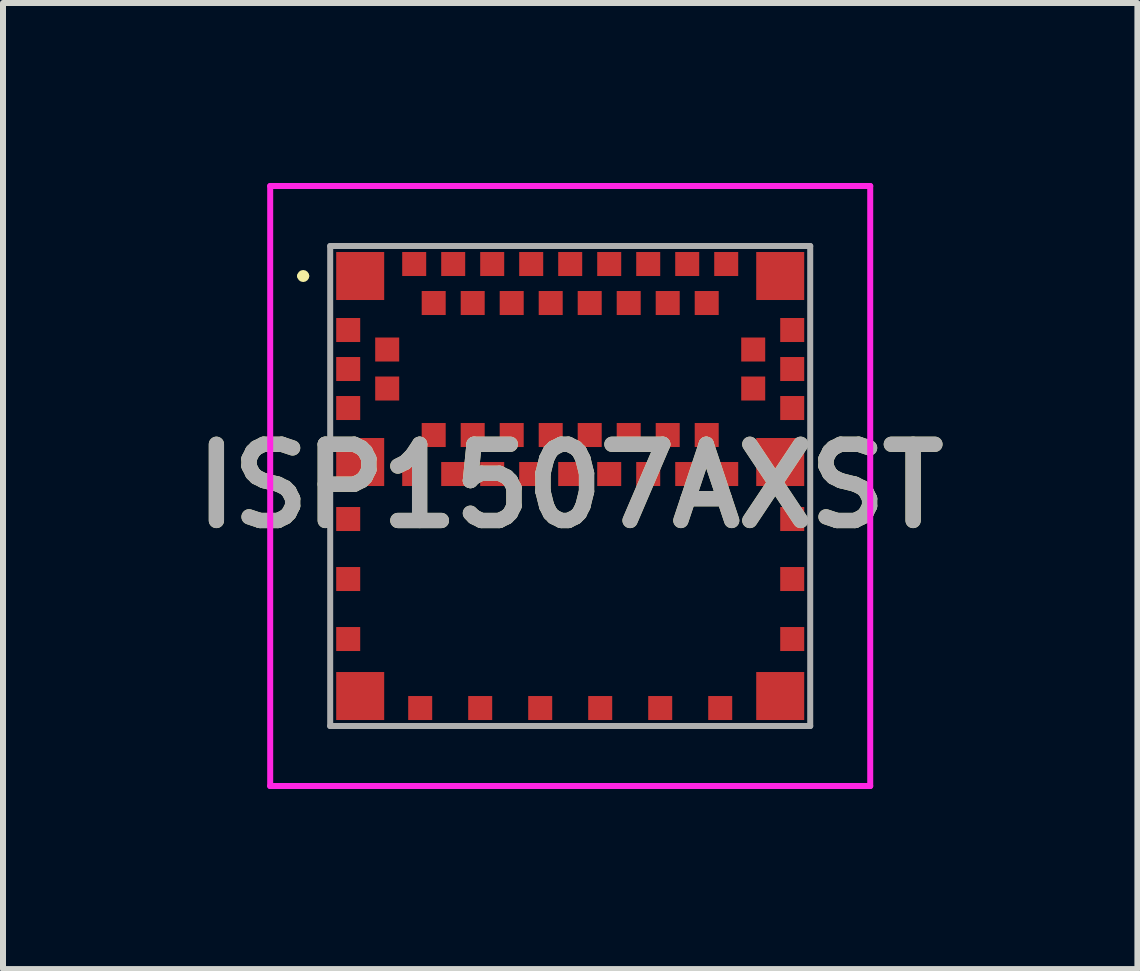
<source format=kicad_pcb>
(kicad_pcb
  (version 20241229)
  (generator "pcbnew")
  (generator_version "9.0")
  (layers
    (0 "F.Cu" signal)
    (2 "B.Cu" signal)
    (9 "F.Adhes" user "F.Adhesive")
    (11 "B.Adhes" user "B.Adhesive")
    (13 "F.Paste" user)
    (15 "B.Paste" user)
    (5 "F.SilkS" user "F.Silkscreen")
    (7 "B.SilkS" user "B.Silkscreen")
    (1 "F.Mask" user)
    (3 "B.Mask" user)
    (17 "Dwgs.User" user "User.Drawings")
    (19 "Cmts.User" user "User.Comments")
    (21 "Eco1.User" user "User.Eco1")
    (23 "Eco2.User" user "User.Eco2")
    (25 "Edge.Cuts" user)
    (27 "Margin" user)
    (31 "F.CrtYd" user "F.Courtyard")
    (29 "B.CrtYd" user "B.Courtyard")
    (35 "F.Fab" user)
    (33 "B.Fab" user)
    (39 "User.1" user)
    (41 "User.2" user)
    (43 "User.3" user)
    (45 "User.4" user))
  (footprint "ISP1507AXST"
    (layer "F.Cu")
    (at 6.453 5.05)
    (property "Reference" "ISP1507AXST" (at 0 0 0) (layer "F.SilkS") (effects (font (size 1.27 1.27) (thickness 0.254))))
    (attr smd)
    (fp_line (start -4.5 -3.5) (end -4.5 -3.5) (stroke (width 0.1) (type solid)) (layer "F.SilkS"))
    (fp_line (start -4.4 -3.5) (end -4.4 -3.5) (stroke (width 0.1) (type solid)) (layer "F.SilkS"))
    (fp_arc (start -4.5 -3.5) (mid -4.45 -3.55) (end -4.4 -3.5) (stroke (width 0.1) (type solid)) (layer "F.SilkS"))
    (fp_arc (start -4.4 -3.5) (mid -4.45 -3.45) (end -4.5 -3.5) (stroke (width 0.1) (type solid)) (layer "F.SilkS"))
    (fp_line (start -5 -5) (end 5 -5) (stroke (width 0.1) (type solid)) (layer "F.CrtYd"))
    (fp_line (start -5 5) (end -5 -5) (stroke (width 0.1) (type solid)) (layer "F.CrtYd"))
    (fp_line (start 5 -5) (end 5 5) (stroke (width 0.1) (type solid)) (layer "F.CrtYd"))
    (fp_line (start 5 5) (end -5 5) (stroke (width 0.1) (type solid)) (layer "F.CrtYd"))
    (fp_line (start -4 -4) (end 4 -4) (stroke (width 0.1) (type solid)) (layer "F.Fab"))
    (fp_line (start -4 4) (end -4 -4) (stroke (width 0.1) (type solid)) (layer "F.Fab"))
    (fp_line (start 4 -4) (end 4 4) (stroke (width 0.1) (type solid)) (layer "F.Fab"))
    (fp_line (start 4 4) (end -4 4) (stroke (width 0.1) (type solid)) (layer "F.Fab"))
    (fp_text user "${REFERENCE}" (at 0 0 0) (layer "F.Fab") (effects (font (size 1.27 1.27) (thickness 0.254))))
    (pad "1" smd rect (at -3.5 -3.5) (size 0.8 0.8) (layers "F.Cu" "F.Mask" "F.Paste"))
    (pad "2" smd rect (at -3.7 -2.6) (size 0.4 0.4) (layers "F.Cu" "F.Mask" "F.Paste"))
    (pad "3" smd rect (at -3.05 -2.275) (size 0.4 0.4) (layers "F.Cu" "F.Mask" "F.Paste"))
    (pad "4" smd rect (at -3.7 -1.95) (size 0.4 0.4) (layers "F.Cu" "F.Mask" "F.Paste"))
    (pad "5" smd rect (at -3.05 -1.625) (size 0.4 0.4) (layers "F.Cu" "F.Mask" "F.Paste"))
    (pad "6" smd rect (at -3.7 -1.3) (size 0.4 0.4) (layers "F.Cu" "F.Mask" "F.Paste"))
    (pad "7" smd rect (at -3.5 -0.4) (size 0.8 0.8) (layers "F.Cu" "F.Mask" "F.Paste"))
    (pad "8" smd rect (at -2.6 -0.2) (size 0.4 0.4) (layers "F.Cu" "F.Mask" "F.Paste"))
    (pad "9" smd rect (at -2.275 -0.85) (size 0.4 0.4) (layers "F.Cu" "F.Mask" "F.Paste"))
    (pad "10" smd rect (at -1.95 -0.2) (size 0.4 0.4) (layers "F.Cu" "F.Mask" "F.Paste"))
    (pad "11" smd rect (at -1.625 -0.85) (size 0.4 0.4) (layers "F.Cu" "F.Mask" "F.Paste"))
    (pad "12" smd rect (at -1.3 -0.2) (size 0.4 0.4) (layers "F.Cu" "F.Mask" "F.Paste"))
    (pad "13" smd rect (at -0.975 -0.85) (size 0.4 0.4) (layers "F.Cu" "F.Mask" "F.Paste"))
    (pad "14" smd rect (at -0.65 -0.2) (size 0.4 0.4) (layers "F.Cu" "F.Mask" "F.Paste"))
    (pad "15" smd rect (at -0.325 -0.85) (size 0.4 0.4) (layers "F.Cu" "F.Mask" "F.Paste"))
    (pad "16" smd rect (at 0 -0.2) (size 0.4 0.4) (layers "F.Cu" "F.Mask" "F.Paste"))
    (pad "17" smd rect (at 0.325 -0.85) (size 0.4 0.4) (layers "F.Cu" "F.Mask" "F.Paste"))
    (pad "18" smd rect (at 0.65 -0.2) (size 0.4 0.4) (layers "F.Cu" "F.Mask" "F.Paste"))
    (pad "19" smd rect (at 0.975 -0.85) (size 0.4 0.4) (layers "F.Cu" "F.Mask" "F.Paste"))
    (pad "20" smd rect (at 1.3 -0.2) (size 0.4 0.4) (layers "F.Cu" "F.Mask" "F.Paste"))
    (pad "21" smd rect (at 1.625 -0.85) (size 0.4 0.4) (layers "F.Cu" "F.Mask" "F.Paste"))
    (pad "22" smd rect (at 1.95 -0.2) (size 0.4 0.4) (layers "F.Cu" "F.Mask" "F.Paste"))
    (pad "23" smd rect (at 2.275 -0.85) (size 0.4 0.4) (layers "F.Cu" "F.Mask" "F.Paste"))
    (pad "24" smd rect (at 2.6 -0.2) (size 0.4 0.4) (layers "F.Cu" "F.Mask" "F.Paste"))
    (pad "25" smd rect (at 3.5 -0.4) (size 0.8 0.8) (layers "F.Cu" "F.Mask" "F.Paste"))
    (pad "26" smd rect (at 3.7 -1.3) (size 0.4 0.4) (layers "F.Cu" "F.Mask" "F.Paste"))
    (pad "27" smd rect (at 3.05 -1.625) (size 0.4 0.4) (layers "F.Cu" "F.Mask" "F.Paste"))
    (pad "28" smd rect (at 3.7 -1.95) (size 0.4 0.4) (layers "F.Cu" "F.Mask" "F.Paste"))
    (pad "29" smd rect (at 3.05 -2.275) (size 0.4 0.4) (layers "F.Cu" "F.Mask" "F.Paste"))
    (pad "30" smd rect (at 3.7 -2.6) (size 0.4 0.4) (layers "F.Cu" "F.Mask" "F.Paste"))
    (pad "31" smd rect (at 3.5 -3.5) (size 0.8 0.8) (layers "F.Cu" "F.Mask" "F.Paste"))
    (pad "32" smd rect (at 2.6 -3.7) (size 0.4 0.4) (layers "F.Cu" "F.Mask" "F.Paste"))
    (pad "33" smd rect (at 2.275 -3.05) (size 0.4 0.4) (layers "F.Cu" "F.Mask" "F.Paste"))
    (pad "34" smd rect (at 1.95 -3.7) (size 0.4 0.4) (layers "F.Cu" "F.Mask" "F.Paste"))
    (pad "35" smd rect (at 1.625 -3.05) (size 0.4 0.4) (layers "F.Cu" "F.Mask" "F.Paste"))
    (pad "36" smd rect (at 1.3 -3.7) (size 0.4 0.4) (layers "F.Cu" "F.Mask" "F.Paste"))
    (pad "37" smd rect (at 0.975 -3.05) (size 0.4 0.4) (layers "F.Cu" "F.Mask" "F.Paste"))
    (pad "38" smd rect (at 0.65 -3.7) (size 0.4 0.4) (layers "F.Cu" "F.Mask" "F.Paste"))
    (pad "39" smd rect (at 0.325 -3.05) (size 0.4 0.4) (layers "F.Cu" "F.Mask" "F.Paste"))
    (pad "40" smd rect (at 0 -3.7) (size 0.4 0.4) (layers "F.Cu" "F.Mask" "F.Paste"))
    (pad "41" smd rect (at -0.325 -3.05) (size 0.4 0.4) (layers "F.Cu" "F.Mask" "F.Paste"))
    (pad "42" smd rect (at -0.65 -3.7) (size 0.4 0.4) (layers "F.Cu" "F.Mask" "F.Paste"))
    (pad "43" smd rect (at -0.975 -3.05) (size 0.4 0.4) (layers "F.Cu" "F.Mask" "F.Paste"))
    (pad "44" smd rect (at -1.3 -3.7) (size 0.4 0.4) (layers "F.Cu" "F.Mask" "F.Paste"))
    (pad "45" smd rect (at -1.625 -3.05) (size 0.4 0.4) (layers "F.Cu" "F.Mask" "F.Paste"))
    (pad "46" smd rect (at -1.95 -3.7) (size 0.4 0.4) (layers "F.Cu" "F.Mask" "F.Paste"))
    (pad "47" smd rect (at -2.275 -3.05) (size 0.4 0.4) (layers "F.Cu" "F.Mask" "F.Paste"))
    (pad "48" smd rect (at -2.6 -3.7) (size 0.4 0.4) (layers "F.Cu" "F.Mask" "F.Paste"))
    (pad "49" smd rect (at -3.7 0.55) (size 0.4 0.4) (layers "F.Cu" "F.Mask" "F.Paste"))
    (pad "50" smd rect (at -3.7 1.55) (size 0.4 0.4) (layers "F.Cu" "F.Mask" "F.Paste"))
    (pad "51" smd rect (at -3.7 2.55) (size 0.4 0.4) (layers "F.Cu" "F.Mask" "F.Paste"))
    (pad "52" smd rect (at -3.5 3.5) (size 0.8 0.8) (layers "F.Cu" "F.Mask" "F.Paste"))
    (pad "53" smd rect (at -2.5 3.7) (size 0.4 0.4) (layers "F.Cu" "F.Mask" "F.Paste"))
    (pad "54" smd rect (at -1.5 3.7) (size 0.4 0.4) (layers "F.Cu" "F.Mask" "F.Paste"))
    (pad "55" smd rect (at -0.5 3.7) (size 0.4 0.4) (layers "F.Cu" "F.Mask" "F.Paste"))
    (pad "56" smd rect (at 0.5 3.7) (size 0.4 0.4) (layers "F.Cu" "F.Mask" "F.Paste"))
    (pad "57" smd rect (at 1.5 3.7) (size 0.4 0.4) (layers "F.Cu" "F.Mask" "F.Paste"))
    (pad "58" smd rect (at 2.5 3.7) (size 0.4 0.4) (layers "F.Cu" "F.Mask" "F.Paste"))
    (pad "59" smd rect (at 3.5 3.5) (size 0.8 0.8) (layers "F.Cu" "F.Mask" "F.Paste"))
    (pad "60" smd rect (at 3.7 2.55) (size 0.4 0.4) (layers "F.Cu" "F.Mask" "F.Paste"))
    (pad "61" smd rect (at 3.7 1.55) (size 0.4 0.4) (layers "F.Cu" "F.Mask" "F.Paste"))
    (pad "62" smd rect (at 3.7 0.55) (size 0.4 0.4) (layers "F.Cu" "F.Mask" "F.Paste")))
  (gr_rect
    (start -3 -3)
    (end 15.906 13.1)
    (stroke (width 0.1) (type default))
    (fill no)
    (layer "Edge.Cuts")))
</source>
